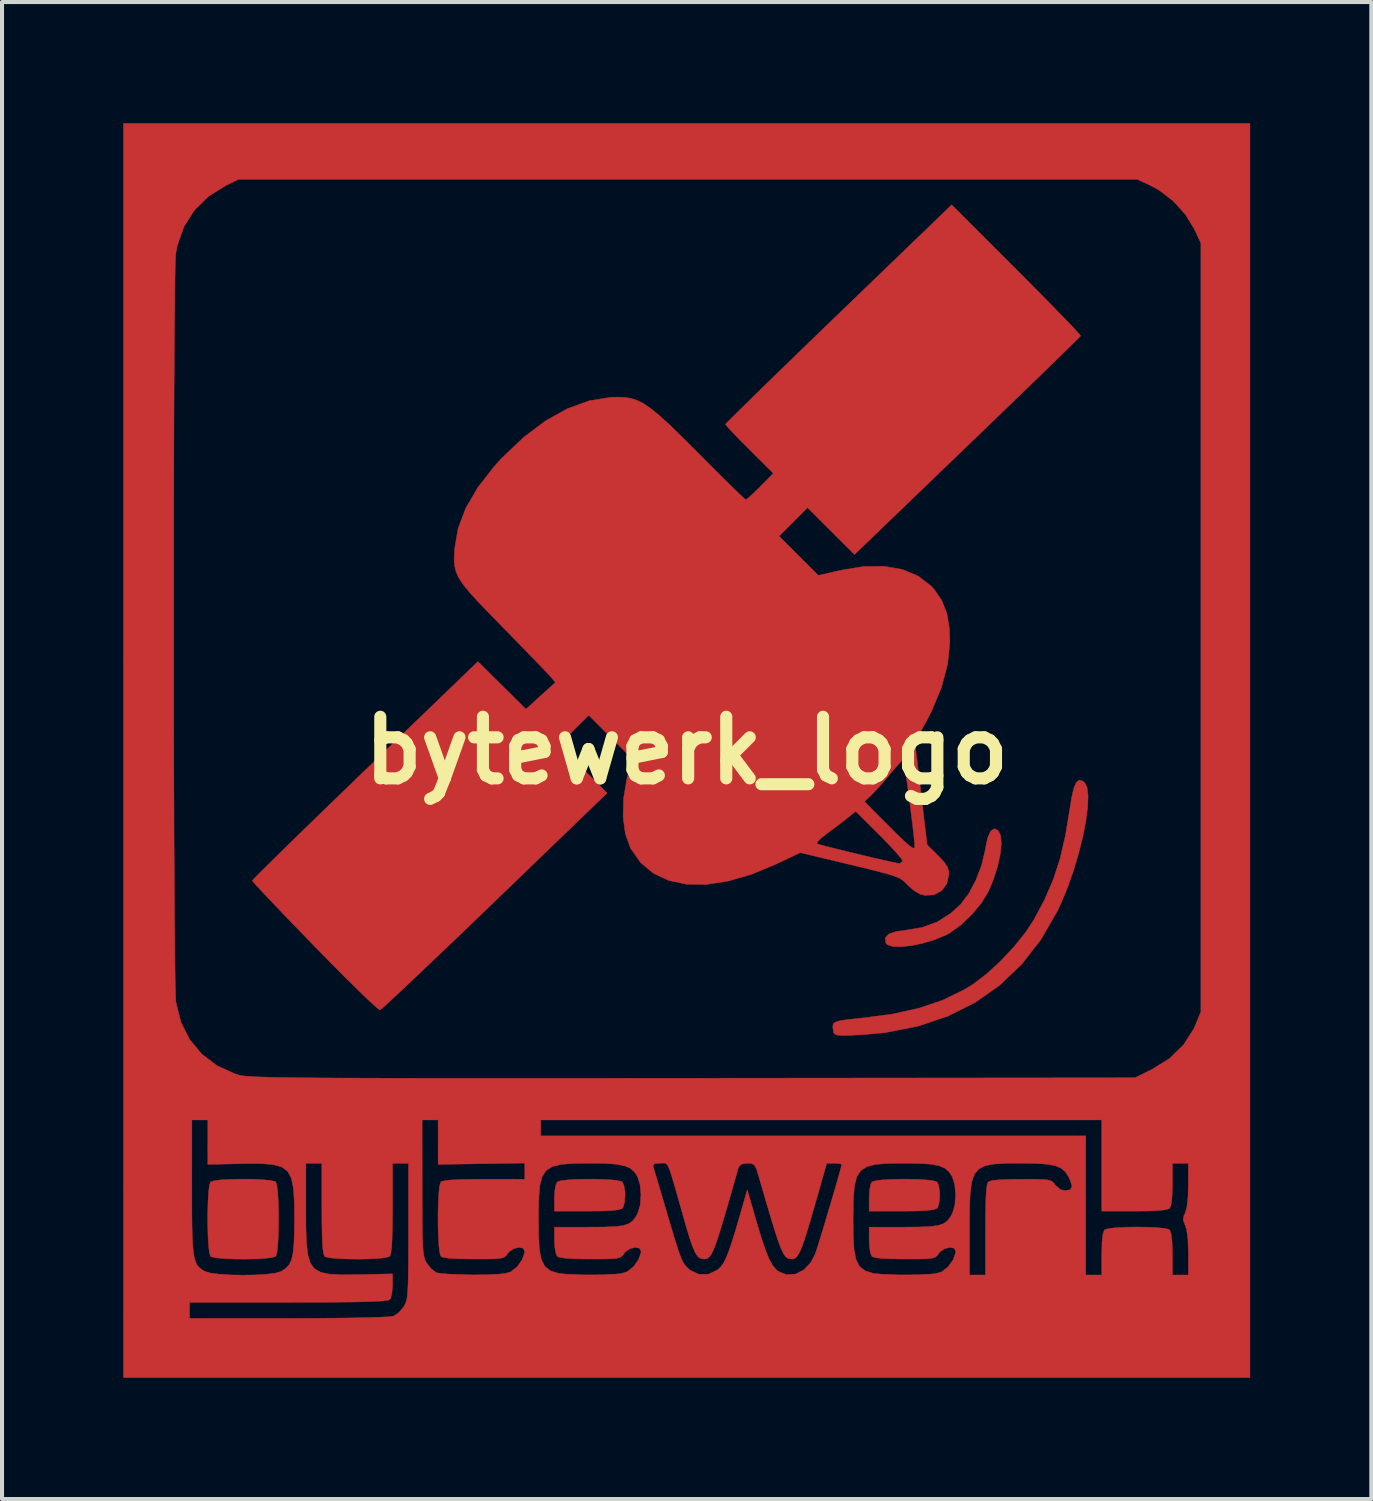
<source format=kicad_pcb>
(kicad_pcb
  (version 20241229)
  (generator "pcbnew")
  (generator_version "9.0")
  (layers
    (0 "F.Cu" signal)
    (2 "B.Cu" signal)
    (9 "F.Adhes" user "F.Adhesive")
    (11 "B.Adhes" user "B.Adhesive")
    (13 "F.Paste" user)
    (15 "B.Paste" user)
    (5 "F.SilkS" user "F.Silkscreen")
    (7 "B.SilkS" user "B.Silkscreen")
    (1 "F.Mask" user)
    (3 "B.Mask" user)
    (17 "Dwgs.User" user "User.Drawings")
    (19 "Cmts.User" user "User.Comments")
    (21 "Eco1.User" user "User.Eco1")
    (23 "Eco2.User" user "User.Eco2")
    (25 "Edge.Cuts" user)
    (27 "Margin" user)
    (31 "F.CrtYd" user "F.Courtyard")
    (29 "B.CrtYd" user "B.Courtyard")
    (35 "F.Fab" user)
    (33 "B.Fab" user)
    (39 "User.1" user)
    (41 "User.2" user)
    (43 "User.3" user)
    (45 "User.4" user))
  (footprint "bytewerk_logo"
    (layer "F.Cu")
    (at 13.947 15.527)
    (property "Reference" "bytewerk_logo" (at 0 0 0) (layer "F.SilkS") (effects (font (size 1.524 1.524) (thickness 0.3))))
    (attr through_hole)
    (fp_poly (pts (xy -2.188 10.611) (xy -1.941 10.621) (xy -1.741 10.64) (xy -1.616 10.666) (xy -1.592 10.679) (xy -1.551 10.774) (xy -1.527 10.932) (xy -1.524 11.007) (xy -1.538 11.178) (xy -1.573 11.305) (xy -1.592 11.334) (xy -1.676 11.365) (xy -1.858 11.387) (xy -2.143 11.399) (xy -2.467 11.402) (xy -3.274 11.402) (xy -3.274 11.074) (xy -3.263 10.885) (xy -3.234 10.737) (xy -3.206 10.679) (xy -3.121 10.65) (xy -2.949 10.628) (xy -2.719 10.615) (xy -2.456 10.609) (xy -2.188 10.611)) (stroke (width 0.01) (type solid)) (fill yes) (layer "F.Cu"))
    (fp_poly (pts (xy 5.601 10.611) (xy 5.849 10.621) (xy 6.048 10.64) (xy 6.174 10.666) (xy 6.198 10.679) (xy 6.239 10.774) (xy 6.263 10.932) (xy 6.265 11.007) (xy 6.251 11.178) (xy 6.216 11.305) (xy 6.198 11.334) (xy 6.114 11.365) (xy 5.932 11.387) (xy 5.646 11.399) (xy 5.323 11.402) (xy 4.516 11.402) (xy 4.516 11.074) (xy 4.527 10.885) (xy 4.555 10.737) (xy 4.583 10.679) (xy 4.669 10.65) (xy 4.84 10.628) (xy 5.07 10.615) (xy 5.333 10.609) (xy 5.601 10.611)) (stroke (width 0.01) (type solid)) (fill yes) (layer "F.Cu"))
    (fp_poly (pts (xy 7.702 1.973) (xy 7.768 2.096) (xy 7.787 2.299) (xy 7.762 2.564) (xy 7.696 2.869) (xy 7.592 3.195) (xy 7.468 3.49) (xy 7.299 3.77) (xy 7.062 4.056) (xy 6.791 4.315) (xy 6.517 4.514) (xy 6.42 4.566) (xy 6.142 4.681) (xy 5.85 4.77) (xy 5.566 4.829) (xy 5.309 4.857) (xy 5.103 4.851) (xy 4.967 4.807) (xy 4.928 4.762) (xy 4.917 4.633) (xy 5.003 4.54) (xy 5.189 4.479) (xy 5.368 4.455) (xy 5.823 4.381) (xy 6.205 4.242) (xy 6.543 4.025) (xy 6.785 3.802) (xy 6.981 3.544) (xy 7.158 3.211) (xy 7.299 2.843) (xy 7.387 2.477) (xy 7.391 2.447) (xy 7.447 2.171) (xy 7.52 2) (xy 7.61 1.937) (xy 7.702 1.973)) (stroke (width 0.01) (type solid)) (fill yes) (layer "F.Cu"))
    (fp_poly (pts (xy -10.767 10.611) (xy -10.52 10.621) (xy -10.32 10.64) (xy -10.195 10.666) (xy -10.171 10.679) (xy -10.144 10.763) (xy -10.123 10.934) (xy -10.109 11.169) (xy -10.101 11.441) (xy -10.101 11.728) (xy -10.107 12.003) (xy -10.121 12.243) (xy -10.141 12.422) (xy -10.168 12.516) (xy -10.171 12.519) (xy -10.257 12.549) (xy -10.428 12.57) (xy -10.658 12.584) (xy -10.921 12.59) (xy -11.189 12.587) (xy -11.437 12.577) (xy -11.636 12.559) (xy -11.762 12.533) (xy -11.786 12.519) (xy -11.813 12.436) (xy -11.834 12.265) (xy -11.848 12.03) (xy -11.856 11.757) (xy -11.856 11.471) (xy -11.849 11.195) (xy -11.836 10.956) (xy -11.816 10.777) (xy -11.789 10.683) (xy -11.786 10.679) (xy -11.7 10.65) (xy -11.529 10.628) (xy -11.299 10.615) (xy -11.036 10.609) (xy -10.767 10.611)) (stroke (width 0.01) (type solid)) (fill yes) (layer "F.Cu"))
    (fp_poly (pts (xy 9.803 0.756) (xy 9.845 0.786) (xy 9.911 0.908) (xy 9.936 1.118) (xy 9.925 1.402) (xy 9.881 1.743) (xy 9.806 2.127) (xy 9.704 2.537) (xy 9.579 2.959) (xy 9.433 3.376) (xy 9.27 3.773) (xy 9.173 3.979) (xy 8.772 4.675) (xy 8.299 5.283) (xy 7.757 5.803) (xy 7.146 6.234) (xy 6.469 6.574) (xy 5.726 6.824) (xy 4.919 6.982) (xy 4.334 7.036) (xy 4.047 7.05) (xy 3.854 7.054) (xy 3.734 7.045) (xy 3.669 7.023) (xy 3.639 6.986) (xy 3.637 6.983) (xy 3.617 6.849) (xy 3.622 6.791) (xy 3.645 6.746) (xy 3.706 6.712) (xy 3.822 6.683) (xy 4.013 6.656) (xy 4.295 6.627) (xy 4.335 6.623) (xy 5.085 6.525) (xy 5.747 6.379) (xy 6.333 6.181) (xy 6.858 5.926) (xy 7.084 5.788) (xy 7.417 5.536) (xy 7.767 5.215) (xy 8.103 4.857) (xy 8.395 4.493) (xy 8.586 4.204) (xy 8.858 3.694) (xy 9.073 3.196) (xy 9.242 2.678) (xy 9.374 2.11) (xy 9.475 1.501) (xy 9.529 1.162) (xy 9.584 0.927) (xy 9.645 0.787) (xy 9.716 0.733) (xy 9.803 0.756)) (stroke (width 0.01) (type solid)) (fill yes) (layer "F.Cu"))
    (fp_poly (pts (xy 8.162 -11.904) (xy 8.511 -11.554) (xy 8.833 -11.229) (xy 9.12 -10.936) (xy 9.363 -10.686) (xy 9.554 -10.486) (xy 9.685 -10.345) (xy 9.747 -10.272) (xy 9.751 -10.264) (xy 9.709 -10.219) (xy 9.592 -10.103) (xy 9.407 -9.921) (xy 9.161 -9.681) (xy 8.859 -9.387) (xy 8.51 -9.048) (xy 8.118 -8.67) (xy 7.692 -8.258) (xy 7.237 -7.819) (xy 6.945 -7.538) (xy 4.154 -4.851) (xy 3.573 -5.43) (xy 2.991 -6.01) (xy 2.287 -5.306) (xy 2.773 -4.82) (xy 3.258 -4.334) (xy 3.803 -4.46) (xy 4.371 -4.554) (xy 4.886 -4.56) (xy 5.342 -4.481) (xy 5.733 -4.317) (xy 6.053 -4.07) (xy 6.121 -3.996) (xy 6.315 -3.715) (xy 6.441 -3.396) (xy 6.504 -3.016) (xy 6.514 -2.681) (xy 6.459 -2.138) (xy 6.306 -1.563) (xy 6.061 -0.971) (xy 5.897 -0.658) (xy 5.647 -0.215) (xy 5.799 1.059) (xy 5.951 2.332) (xy 6.221 2.598) (xy 6.375 2.761) (xy 6.458 2.887) (xy 6.489 3.009) (xy 6.491 3.061) (xy 6.442 3.294) (xy 6.311 3.47) (xy 6.121 3.572) (xy 5.895 3.586) (xy 5.781 3.557) (xy 5.638 3.476) (xy 5.486 3.348) (xy 5.447 3.307) (xy 5.386 3.244) (xy 5.319 3.191) (xy 5.23 3.144) (xy 5.104 3.095) (xy 4.925 3.042) (xy 4.678 2.977) (xy 4.348 2.896) (xy 4.044 2.823) (xy 2.81 2.528) (xy 2.207 2.815) (xy 1.593 3.069) (xy 1.015 3.236) (xy 0.479 3.316) (xy -0.011 3.309) (xy -0.448 3.216) (xy -0.826 3.038) (xy -1.14 2.775) (xy -1.384 2.428) (xy -1.397 2.404) (xy -1.431 2.307) (xy 3.225 2.307) (xy 3.229 2.309) (xy 3.338 2.341) (xy 3.525 2.39) (xy 3.769 2.451) (xy 4.049 2.52) (xy 4.342 2.59) (xy 4.629 2.658) (xy 4.886 2.718) (xy 5.094 2.764) (xy 5.231 2.792) (xy 5.274 2.798) (xy 5.341 2.742) (xy 5.345 2.733) (xy 5.313 2.677) (xy 5.214 2.557) (xy 5.062 2.389) (xy 4.869 2.188) (xy 4.773 2.092) (xy 4.184 1.504) (xy 3.997 1.656) (xy 3.852 1.77) (xy 3.66 1.915) (xy 3.483 2.046) (xy 3.327 2.169) (xy 3.237 2.261) (xy 3.225 2.307) (xy -1.431 2.307) (xy -1.518 2.061) (xy -1.574 1.651) (xy -1.565 1.265) (xy 4.4 1.265) (xy 4.979 1.846) (xy 5.227 2.093) (xy 5.407 2.265) (xy 5.529 2.37) (xy 5.603 2.417) (xy 5.638 2.414) (xy 5.645 2.385) (xy 5.639 2.284) (xy 5.621 2.102) (xy 5.594 1.86) (xy 5.559 1.579) (xy 5.521 1.279) (xy 5.481 0.982) (xy 5.443 0.707) (xy 5.409 0.477) (xy 5.382 0.311) (xy 5.364 0.23) (xy 5.361 0.226) (xy 5.311 0.267) (xy 5.211 0.375) (xy 5.078 0.53) (xy 5.038 0.579) (xy 4.875 0.773) (xy 4.713 0.955) (xy 4.585 1.089) (xy 4.576 1.098) (xy 4.4 1.265) (xy -1.565 1.265) (xy -1.564 1.196) (xy -1.485 0.723) (xy -1.473 0.674) (xy -1.353 0.199) (xy -2.426 -0.873) (xy -2.765 -0.537) (xy -2.92 -0.377) (xy -3.038 -0.244) (xy -3.1 -0.158) (xy -3.104 -0.144) (xy -3.067 -0.085) (xy -2.962 0.036) (xy -2.806 0.205) (xy -2.613 0.406) (xy -2.537 0.483) (xy -1.969 1.053) (xy -4.745 3.73) (xy -5.214 4.181) (xy -5.66 4.609) (xy -6.076 5.006) (xy -6.456 5.368) (xy -6.792 5.687) (xy -7.079 5.957) (xy -7.308 6.171) (xy -7.474 6.324) (xy -7.57 6.408) (xy -7.591 6.423) (xy -7.644 6.388) (xy -7.767 6.279) (xy -7.951 6.107) (xy -8.186 5.879) (xy -8.464 5.604) (xy -8.776 5.29) (xy -9.113 4.947) (xy -9.207 4.851) (xy -9.547 4.5) (xy -9.862 4.174) (xy -10.142 3.881) (xy -10.38 3.631) (xy -10.566 3.433) (xy -10.692 3.295) (xy -10.75 3.226) (xy -10.753 3.221) (xy -10.713 3.176) (xy -10.599 3.059) (xy -10.416 2.877) (xy -10.171 2.636) (xy -9.872 2.342) (xy -9.524 2.003) (xy -9.134 1.624) (xy -8.709 1.212) (xy -8.254 0.773) (xy -7.96 0.489) (xy -5.167 -2.202) (xy -3.979 -1.024) (xy -3.614 -1.355) (xy -3.249 -1.685) (xy -3.359 -1.816) (xy -3.427 -1.891) (xy -3.562 -2.033) (xy -3.754 -2.232) (xy -3.99 -2.476) (xy -4.259 -2.752) (xy -4.549 -3.048) (xy -4.895 -3.403) (xy -5.17 -3.69) (xy -5.381 -3.923) (xy -5.536 -4.115) (xy -5.643 -4.278) (xy -5.71 -4.426) (xy -5.745 -4.571) (xy -5.756 -4.726) (xy -5.75 -4.904) (xy -5.745 -4.989) (xy -5.66 -5.49) (xy -5.471 -5.993) (xy -5.175 -6.503) (xy -4.77 -7.024) (xy -4.575 -7.239) (xy -4.037 -7.752) (xy -3.494 -8.16) (xy -2.95 -8.463) (xy -2.407 -8.659) (xy -1.871 -8.744) (xy -1.725 -8.748) (xy -1.548 -8.742) (xy -1.387 -8.719) (xy -1.231 -8.67) (xy -1.068 -8.588) (xy -0.888 -8.466) (xy -0.678 -8.294) (xy -0.427 -8.066) (xy -0.124 -7.772) (xy 0.242 -7.407) (xy 0.333 -7.315) (xy 0.62 -7.026) (xy 0.882 -6.765) (xy 1.107 -6.543) (xy 1.286 -6.369) (xy 1.408 -6.254) (xy 1.462 -6.209) (xy 1.463 -6.209) (xy 1.517 -6.246) (xy 1.628 -6.346) (xy 1.775 -6.488) (xy 1.822 -6.535) (xy 2.144 -6.861) (xy 1.552 -7.451) (xy 1.344 -7.66) (xy 1.168 -7.842) (xy 1.038 -7.98) (xy 0.968 -8.061) (xy 0.96 -8.075) (xy 0.999 -8.119) (xy 1.114 -8.234) (xy 1.296 -8.415) (xy 1.541 -8.655) (xy 1.84 -8.948) (xy 2.188 -9.287) (xy 2.578 -9.665) (xy 3.003 -10.077) (xy 3.457 -10.516) (xy 3.759 -10.807) (xy 6.559 -13.507) (xy 8.162 -11.904)) (stroke (width 0.01) (type solid)) (fill yes) (layer "F.Cu"))
    (fp_poly (pts (xy 13.942 15.522) (xy -13.942 15.522) (xy -13.942 13.66) (xy -12.305 13.66) (xy -12.305 14.055) (xy -9.853 14.055) (xy -9.269 14.053) (xy -8.741 14.05) (xy -8.279 14.044) (xy -7.891 14.036) (xy -7.586 14.026) (xy -7.374 14.015) (xy -7.265 14.002) (xy -7.257 14) (xy -7.13 13.915) (xy -7.012 13.779) (xy -6.999 13.76) (xy -6.967 13.701) (xy -6.942 13.633) (xy -6.922 13.544) (xy -6.908 13.42) (xy -6.898 13.247) (xy -6.892 13.012) (xy -6.888 12.702) (xy -6.887 12.304) (xy -6.886 11.896) (xy -6.886 10.216) (xy -7.281 10.216) (xy -7.281 11.334) (xy -7.284 11.765) (xy -7.292 12.092) (xy -7.305 12.322) (xy -7.325 12.462) (xy -7.349 12.519) (xy -7.434 12.549) (xy -7.606 12.57) (xy -7.836 12.584) (xy -8.099 12.59) (xy -8.367 12.587) (xy -8.615 12.577) (xy -8.814 12.559) (xy -8.939 12.533) (xy -8.963 12.519) (xy -8.989 12.452) (xy -9.009 12.302) (xy -9.022 12.063) (xy -9.029 11.726) (xy -9.031 11.334) (xy -9.031 10.216) (xy -9.426 10.216) (xy -9.426 11.348) (xy -9.424 11.822) (xy -9.411 12.195) (xy -9.378 12.479) (xy -9.315 12.686) (xy -9.213 12.827) (xy -9.061 12.914) (xy -8.849 12.96) (xy -8.569 12.976) (xy -8.211 12.973) (xy -8.097 12.971) (xy -7.281 12.954) (xy -7.281 13.239) (xy -7.294 13.417) (xy -7.326 13.553) (xy -7.349 13.592) (xy -7.397 13.609) (xy -7.508 13.624) (xy -7.688 13.636) (xy -7.946 13.645) (xy -8.288 13.652) (xy -8.722 13.656) (xy -9.254 13.659) (xy -9.861 13.66) (xy -12.305 13.66) (xy -13.942 13.66) (xy -13.942 9.144) (xy -12.248 9.144) (xy -12.248 10.812) (xy -12.248 11.327) (xy -12.244 11.742) (xy -12.236 12.069) (xy -12.22 12.32) (xy -12.197 12.507) (xy -12.162 12.642) (xy -12.116 12.739) (xy -12.054 12.808) (xy -11.977 12.863) (xy -11.923 12.894) (xy -11.788 12.934) (xy -11.568 12.962) (xy -11.292 12.98) (xy -10.988 12.986) (xy -10.683 12.981) (xy -10.406 12.964) (xy -10.184 12.936) (xy -10.045 12.897) (xy -10.045 12.897) (xy -9.928 12.823) (xy -9.841 12.73) (xy -9.78 12.602) (xy -9.741 12.42) (xy -9.719 12.168) (xy -9.71 11.83) (xy -9.708 11.599) (xy -9.713 11.167) (xy -9.734 10.834) (xy -9.784 10.589) (xy -9.875 10.418) (xy -10.021 10.309) (xy -10.232 10.249) (xy -10.523 10.226) (xy -10.904 10.225) (xy -11.038 10.228) (xy -11.854 10.245) (xy -11.853 9.144) (xy -6.548 9.144) (xy -6.547 10.823) (xy -6.547 11.305) (xy -6.545 11.688) (xy -6.541 11.984) (xy -6.534 12.207) (xy -6.524 12.371) (xy -6.509 12.489) (xy -6.488 12.573) (xy -6.462 12.638) (xy -6.434 12.688) (xy -6.326 12.825) (xy -6.21 12.917) (xy -6.194 12.924) (xy -6.093 12.943) (xy -5.903 12.959) (xy -5.651 12.972) (xy -5.361 12.978) (xy -5.289 12.979) (xy -4.939 12.977) (xy -4.684 12.966) (xy -4.504 12.946) (xy -4.382 12.913) (xy -4.344 12.897) (xy -4.193 12.775) (xy -4.071 12.602) (xy -4.01 12.425) (xy -4.008 12.392) (xy -4.05 12.319) (xy -4.152 12.299) (xy -4.278 12.329) (xy -4.392 12.404) (xy -4.426 12.446) (xy -4.467 12.503) (xy -4.517 12.542) (xy -4.594 12.567) (xy -4.72 12.58) (xy -4.915 12.586) (xy -5.198 12.587) (xy -5.268 12.587) (xy -5.634 12.582) (xy -5.891 12.567) (xy -6.043 12.541) (xy -6.085 12.519) (xy -6.112 12.436) (xy -6.133 12.265) (xy -6.147 12.03) (xy -6.155 11.757) (xy -6.155 11.599) (xy -3.669 11.599) (xy -3.665 12.028) (xy -3.645 12.357) (xy -3.598 12.6) (xy -3.51 12.77) (xy -3.371 12.879) (xy -3.167 12.942) (xy -2.888 12.971) (xy -2.52 12.979) (xy -2.41 12.98) (xy -2.059 12.977) (xy -1.803 12.966) (xy -1.623 12.945) (xy -1.5 12.912) (xy -1.466 12.897) (xy -1.314 12.775) (xy -1.192 12.602) (xy -1.131 12.425) (xy -1.129 12.392) (xy -1.171 12.319) (xy -1.273 12.299) (xy -1.399 12.329) (xy -1.513 12.404) (xy -1.547 12.446) (xy -1.588 12.503) (xy -1.638 12.542) (xy -1.716 12.567) (xy -1.842 12.58) (xy -2.036 12.586) (xy -2.32 12.587) (xy -2.389 12.587) (xy -2.755 12.582) (xy -3.013 12.567) (xy -3.164 12.541) (xy -3.206 12.519) (xy -3.243 12.429) (xy -3.268 12.266) (xy -3.274 12.124) (xy -3.274 11.797) (xy -2.411 11.797) (xy -2.044 11.794) (xy -1.771 11.783) (xy -1.575 11.758) (xy -1.437 11.714) (xy -1.34 11.646) (xy -1.264 11.549) (xy -1.213 11.458) (xy -1.151 11.254) (xy -1.132 10.998) (xy -1.155 10.744) (xy -1.215 10.553) (xy -1.294 10.429) (xy -1.398 10.339) (xy -1.543 10.278) (xy -1.608 10.266) (xy -0.831 10.266) (xy -0.824 10.315) (xy -0.799 10.398) (xy -0.747 10.571) (xy -0.675 10.816) (xy -0.587 11.113) (xy -0.489 11.445) (xy -0.479 11.48) (xy -0.362 11.874) (xy -0.271 12.175) (xy -0.199 12.397) (xy -0.141 12.557) (xy -0.089 12.668) (xy -0.037 12.746) (xy 0.02 12.806) (xy 0.089 12.863) (xy 0.092 12.865) (xy 0.305 12.967) (xy 0.534 12.965) (xy 0.755 12.86) (xy 0.786 12.836) (xy 0.851 12.771) (xy 0.913 12.685) (xy 0.974 12.564) (xy 1.042 12.395) (xy 1.121 12.163) (xy 1.216 11.856) (xy 1.332 11.459) (xy 1.396 11.236) (xy 1.5 10.874) (xy 1.718 11.632) (xy 1.84 12.037) (xy 1.943 12.347) (xy 2.036 12.576) (xy 2.124 12.738) (xy 2.214 12.848) (xy 2.27 12.894) (xy 2.475 12.977) (xy 2.692 12.961) (xy 2.897 12.857) (xy 3.072 12.673) (xy 3.183 12.459) (xy 3.222 12.342) (xy 3.283 12.148) (xy 3.359 11.898) (xy 3.446 11.611) (xy 3.449 11.599) (xy 4.12 11.599) (xy 4.124 12.028) (xy 4.144 12.357) (xy 4.192 12.6) (xy 4.279 12.77) (xy 4.419 12.879) (xy 4.622 12.942) (xy 4.902 12.971) (xy 5.269 12.979) (xy 5.379 12.98) (xy 5.73 12.977) (xy 5.986 12.966) (xy 6.167 12.945) (xy 6.289 12.912) (xy 6.324 12.897) (xy 6.475 12.775) (xy 6.597 12.602) (xy 6.658 12.425) (xy 6.66 12.392) (xy 6.618 12.319) (xy 6.516 12.299) (xy 6.39 12.329) (xy 6.276 12.404) (xy 6.242 12.446) (xy 6.201 12.503) (xy 6.151 12.542) (xy 6.074 12.567) (xy 5.948 12.58) (xy 5.753 12.586) (xy 5.47 12.587) (xy 5.4 12.587) (xy 5.034 12.582) (xy 4.777 12.567) (xy 4.625 12.541) (xy 4.583 12.519) (xy 4.546 12.429) (xy 4.522 12.266) (xy 4.516 12.124) (xy 4.516 11.851) (xy 6.999 11.851) (xy 6.999 12.982) (xy 7.394 12.982) (xy 7.394 11.865) (xy 7.397 11.433) (xy 7.405 11.107) (xy 7.418 10.877) (xy 7.438 10.736) (xy 7.462 10.679) (xy 7.551 10.647) (xy 7.743 10.625) (xy 8.043 10.613) (xy 8.279 10.612) (xy 8.583 10.612) (xy 8.793 10.617) (xy 8.932 10.628) (xy 9.018 10.65) (xy 9.071 10.686) (xy 9.112 10.74) (xy 9.121 10.753) (xy 9.253 10.87) (xy 9.376 10.894) (xy 9.498 10.87) (xy 9.537 10.79) (xy 9.496 10.643) (xy 9.453 10.553) (xy 9.374 10.429) (xy 9.27 10.339) (xy 9.125 10.278) (xy 8.921 10.24) (xy 8.64 10.221) (xy 8.269 10.216) (xy 7.903 10.219) (xy 7.614 10.235) (xy 7.395 10.277) (xy 7.235 10.356) (xy 7.125 10.484) (xy 7.056 10.675) (xy 7.019 10.939) (xy 7.003 11.29) (xy 6.999 11.739) (xy 6.999 11.851) (xy 4.516 11.851) (xy 4.516 11.797) (xy 5.378 11.797) (xy 5.745 11.794) (xy 6.018 11.783) (xy 6.214 11.758) (xy 6.352 11.714) (xy 6.45 11.646) (xy 6.525 11.549) (xy 6.576 11.458) (xy 6.638 11.254) (xy 6.657 10.998) (xy 6.635 10.744) (xy 6.575 10.553) (xy 6.495 10.429) (xy 6.392 10.339) (xy 6.247 10.278) (xy 6.043 10.24) (xy 5.761 10.221) (xy 5.39 10.216) (xy 4.996 10.221) (xy 4.692 10.243) (xy 4.469 10.297) (xy 4.312 10.395) (xy 4.211 10.55) (xy 4.154 10.775) (xy 4.128 11.083) (xy 4.121 11.489) (xy 4.12 11.599) (xy 3.449 11.599) (xy 3.536 11.307) (xy 3.625 11.008) (xy 3.705 10.732) (xy 3.771 10.501) (xy 3.817 10.333) (xy 3.838 10.251) (xy 3.838 10.247) (xy 3.789 10.226) (xy 3.668 10.217) (xy 3.653 10.216) (xy 3.467 10.216) (xy 3.165 11.275) (xy 3.044 11.693) (xy 2.946 12.014) (xy 2.866 12.249) (xy 2.798 12.412) (xy 2.738 12.515) (xy 2.681 12.569) (xy 2.62 12.586) (xy 2.609 12.586) (xy 2.548 12.582) (xy 2.494 12.564) (xy 2.444 12.522) (xy 2.392 12.446) (xy 2.335 12.325) (xy 2.269 12.149) (xy 2.189 11.909) (xy 2.092 11.593) (xy 1.973 11.192) (xy 1.829 10.696) (xy 1.784 10.541) (xy 1.728 10.361) (xy 1.678 10.264) (xy 1.613 10.224) (xy 1.508 10.216) (xy 1.501 10.216) (xy 1.348 10.241) (xy 1.283 10.315) (xy 1.125 10.872) (xy 0.994 11.329) (xy 0.885 11.698) (xy 0.796 11.986) (xy 0.723 12.205) (xy 0.661 12.363) (xy 0.608 12.47) (xy 0.559 12.537) (xy 0.512 12.572) (xy 0.462 12.585) (xy 0.423 12.587) (xy 0.347 12.575) (xy 0.28 12.53) (xy 0.216 12.439) (xy 0.149 12.286) (xy 0.071 12.059) (xy -0.024 11.743) (xy -0.081 11.543) (xy -0.198 11.128) (xy -0.289 10.809) (xy -0.358 10.574) (xy -0.41 10.409) (xy -0.452 10.303) (xy -0.489 10.243) (xy -0.526 10.217) (xy -0.568 10.212) (xy -0.621 10.215) (xy -0.657 10.216) (xy -0.788 10.226) (xy -0.831 10.266) (xy -1.608 10.266) (xy -1.747 10.24) (xy -2.028 10.221) (xy -2.399 10.216) (xy -2.794 10.221) (xy -3.097 10.243) (xy -3.321 10.297) (xy -3.477 10.395) (xy -3.578 10.55) (xy -3.636 10.775) (xy -3.662 11.083) (xy -3.669 11.489) (xy -3.669 11.599) (xy -6.155 11.599) (xy -6.155 11.471) (xy -6.149 11.195) (xy -6.135 10.956) (xy -6.115 10.777) (xy -6.088 10.683) (xy -6.085 10.679) (xy -6.013 10.652) (xy -5.854 10.632) (xy -5.602 10.619) (xy -5.249 10.612) (xy -5.012 10.612) (xy -4.008 10.612) (xy -4.008 10.212) (xy -6.153 10.245) (xy -6.153 9.694) (xy -6.152 9.144) (xy -3.612 9.144) (xy -3.612 9.539) (xy 9.878 9.539) (xy 9.878 12.982) (xy 10.273 12.982) (xy 10.273 12.457) (xy 10.281 12.169) (xy 10.303 11.968) (xy 10.339 11.867) (xy 10.341 11.865) (xy 10.426 11.835) (xy 10.597 11.814) (xy 10.828 11.8) (xy 11.09 11.794) (xy 11.359 11.797) (xy 11.606 11.807) (xy 11.806 11.825) (xy 11.931 11.851) (xy 11.955 11.865) (xy 11.991 11.961) (xy 12.014 12.158) (xy 12.023 12.442) (xy 12.023 12.457) (xy 12.023 12.982) (xy 12.418 12.982) (xy 12.418 12.443) (xy 12.407 12.103) (xy 12.375 11.861) (xy 12.338 11.751) (xy 12.289 11.621) (xy 12.308 11.512) (xy 12.336 11.457) (xy 12.381 11.307) (xy 12.408 11.055) (xy 12.416 10.767) (xy 12.418 10.216) (xy 12.023 10.216) (xy 12.023 10.741) (xy 12.015 11.03) (xy 11.993 11.231) (xy 11.957 11.332) (xy 11.955 11.334) (xy 11.871 11.365) (xy 11.689 11.387) (xy 11.403 11.399) (xy 11.08 11.402) (xy 10.273 11.402) (xy 10.273 9.144) (xy -3.612 9.144) (xy -6.152 9.144) (xy -6.548 9.144) (xy -11.853 9.144) (xy -12.248 9.144) (xy -13.942 9.144) (xy -13.942 -3.066) (xy -12.698 -3.066) (xy -12.698 -2.168) (xy -12.697 -1.277) (xy -12.696 -0.4) (xy -12.694 0.454) (xy -12.691 1.278) (xy -12.689 2.065) (xy -12.685 2.807) (xy -12.681 3.497) (xy -12.677 4.127) (xy -12.672 4.69) (xy -12.667 5.178) (xy -12.662 5.584) (xy -12.655 5.9) (xy -12.649 6.119) (xy -12.642 6.233) (xy -12.641 6.237) (xy -12.519 6.722) (xy -12.304 7.151) (xy -12.003 7.513) (xy -11.626 7.8) (xy -11.181 8.002) (xy -11.062 8.038) (xy -11.013 8.048) (xy -10.943 8.057) (xy -10.847 8.066) (xy -10.719 8.073) (xy -10.556 8.08) (xy -10.352 8.086) (xy -10.104 8.092) (xy -9.806 8.096) (xy -9.453 8.1) (xy -9.042 8.104) (xy -8.567 8.107) (xy -8.024 8.109) (xy -7.408 8.111) (xy -6.715 8.112) (xy -5.94 8.113) (xy -5.077 8.113) (xy -4.124 8.113) (xy -3.074 8.113) (xy -1.924 8.112) (xy -0.668 8.111) (xy 0.172 8.111) (xy 11.097 8.1) (xy 11.529 7.886) (xy 11.956 7.619) (xy 12.3 7.283) (xy 12.552 6.887) (xy 12.602 6.773) (xy 12.728 6.463) (xy 12.728 -12.559) (xy 12.57 -12.898) (xy 12.345 -13.268) (xy 12.041 -13.603) (xy 11.689 -13.873) (xy 11.492 -13.98) (xy 11.148 -14.139) (xy -11.091 -14.139) (xy -11.409 -13.984) (xy -11.841 -13.713) (xy -12.188 -13.371) (xy -12.446 -12.963) (xy -12.608 -12.498) (xy -12.645 -12.301) (xy -12.652 -12.195) (xy -12.659 -11.984) (xy -12.665 -11.675) (xy -12.67 -11.276) (xy -12.675 -10.793) (xy -12.68 -10.236) (xy -12.684 -9.611) (xy -12.688 -8.925) (xy -12.691 -8.186) (xy -12.693 -7.402) (xy -12.695 -6.581) (xy -12.697 -5.729) (xy -12.698 -4.854) (xy -12.698 -3.964) (xy -12.698 -3.066) (xy -13.942 -3.066) (xy -13.942 -15.522) (xy 13.942 -15.522) (xy 13.942 15.522)) (stroke (width 0.01) (type solid)) (fill yes) (layer "F.Cu")))
  (gr_rect
    (start -3 -3)
    (end 30.894 34.054)
    (stroke (width 0.1) (type default))
    (fill no)
    (layer "Edge.Cuts")))
</source>
